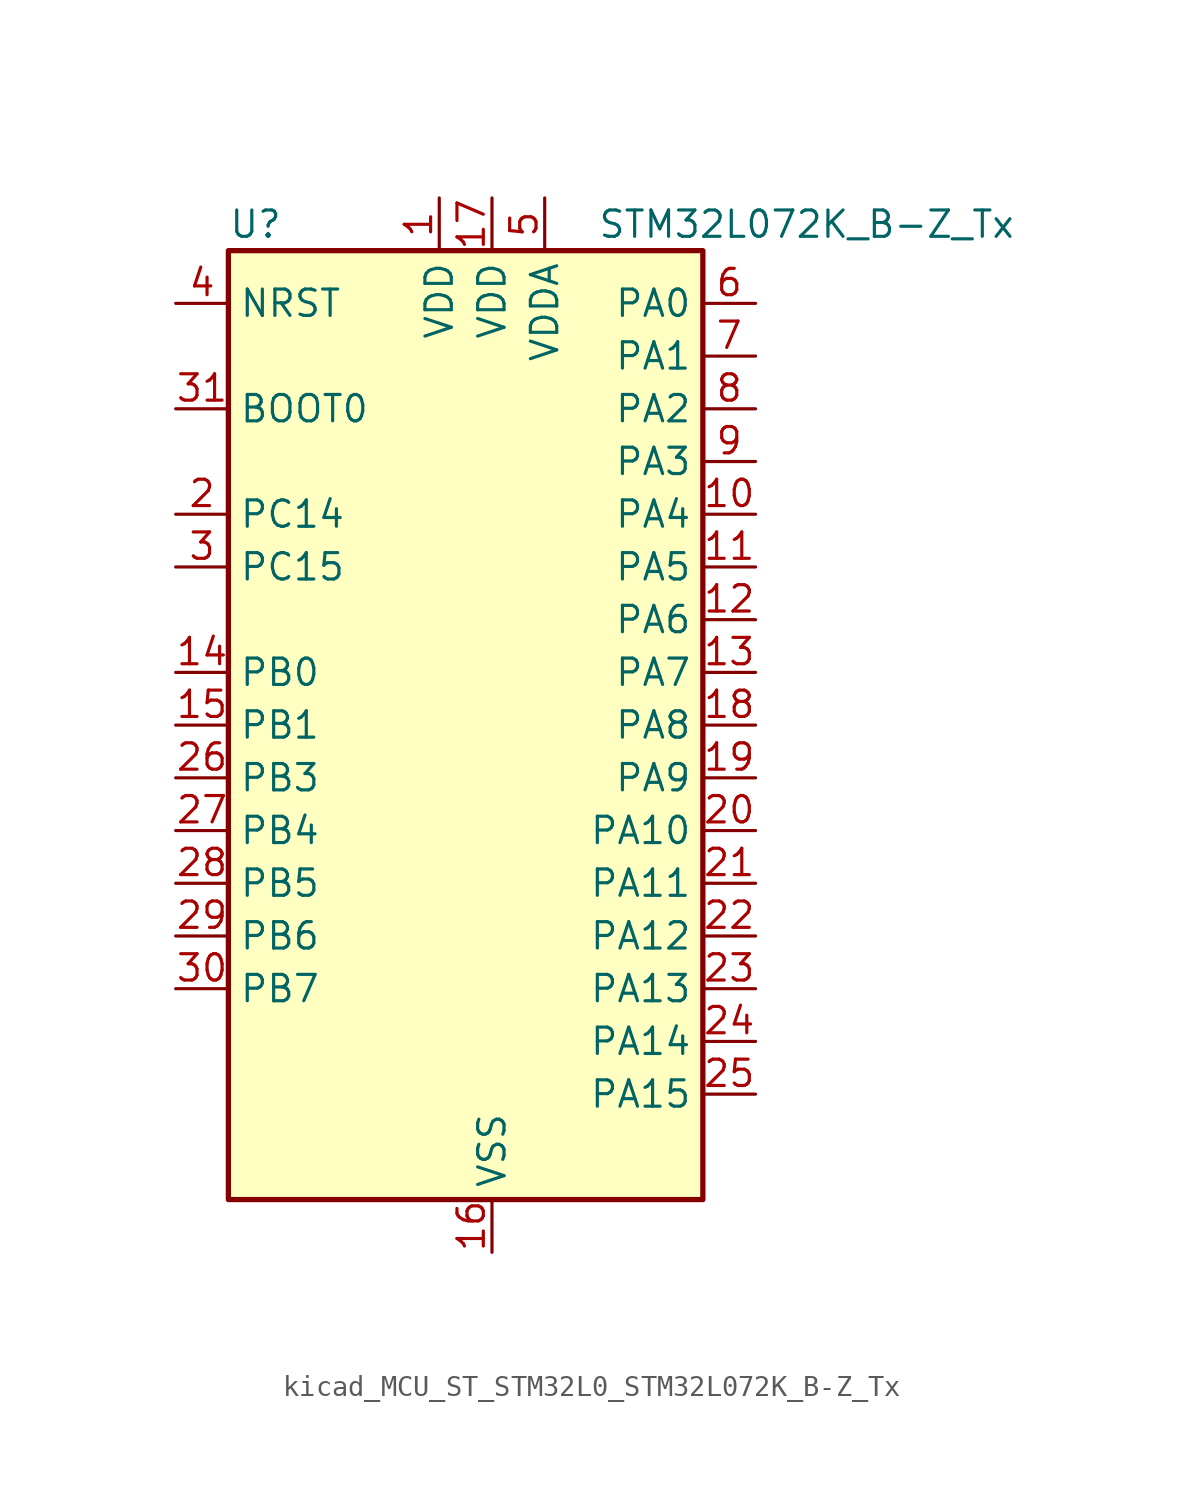
<source format=kicad_sym>
(kicad_symbol_lib
  (version 20220914)
  (generator kicad_symbol_editor)
  (symbol "kicad_MCU_ST_STM32L0_STM32L072K_B-Z_Tx"
    (property "Reference" "U"
      (at -10.16 24.13 0)
      (effects (font (size 1.27 1.27)) (justify left)))
    (property "Value" "STM32L072K_B-Z_Tx"
      (at 7.62 24.13 0)
      (effects (font (size 1.27 1.27)) (justify left)))
    (property "ki_locked" ""
      (at 0 0 0)
      (effects (font (size 1.27 1.27))))
    (symbol "kicad_MCU_ST_STM32L0_STM32L072K_B-Z_Tx_0_1"
      (rectangle (start -10.16 -22.86) (end 12.7 22.86) (stroke (width 0.254) (type default)) (fill (type background))))
    (symbol "kicad_MCU_ST_STM32L0_STM32L072K_B-Z_Tx_1_1"
      (pin power_in line (at 0 25.4 270) (length 2.54) (name "VDD" (effects (font (size 1.27 1.27)))) (number "1" (effects (font (size 1.27 1.27)))))
      (pin bidirectional line (at 15.24 10.16 180) (length 2.54) (name "PA4" (effects (font (size 1.27 1.27)))) (number "10" (effects (font (size 1.27 1.27)))) (alternate "ADC_IN4" bidirectional line) (alternate "COMP1_INM" bidirectional line) (alternate "COMP2_INM" bidirectional line) (alternate "DAC_OUT1" bidirectional line) (alternate "SPI1_NSS" bidirectional line) (alternate "TIM22_ETR" bidirectional line) (alternate "TSC_G2_IO1" bidirectional line) (alternate "USART2_CK" bidirectional line))
      (pin bidirectional line (at 15.24 7.62 180) (length 2.54) (name "PA5" (effects (font (size 1.27 1.27)))) (number "11" (effects (font (size 1.27 1.27)))) (alternate "ADC_IN5" bidirectional line) (alternate "COMP1_INM" bidirectional line) (alternate "COMP2_INM" bidirectional line) (alternate "DAC_OUT2" bidirectional line) (alternate "SPI1_SCK" bidirectional line) (alternate "TIM2_CH1" bidirectional line) (alternate "TIM2_ETR" bidirectional line) (alternate "TSC_G2_IO2" bidirectional line))
      (pin bidirectional line (at 15.24 5.08 180) (length 2.54) (name "PA6" (effects (font (size 1.27 1.27)))) (number "12" (effects (font (size 1.27 1.27)))) (alternate "ADC_IN6" bidirectional line) (alternate "COMP1_OUT" bidirectional line) (alternate "LPUART1_CTS" bidirectional line) (alternate "SPI1_MISO" bidirectional line) (alternate "TIM22_CH1" bidirectional line) (alternate "TIM3_CH1" bidirectional line) (alternate "TSC_G2_IO3" bidirectional line))
      (pin bidirectional line (at 15.24 2.54 180) (length 2.54) (name "PA7" (effects (font (size 1.27 1.27)))) (number "13" (effects (font (size 1.27 1.27)))) (alternate "ADC_IN7" bidirectional line) (alternate "COMP2_OUT" bidirectional line) (alternate "SPI1_MOSI" bidirectional line) (alternate "TIM22_CH2" bidirectional line) (alternate "TIM3_CH2" bidirectional line) (alternate "TSC_G2_IO4" bidirectional line))
      (pin bidirectional line (at -12.7 2.54 0) (length 2.54) (name "PB0" (effects (font (size 1.27 1.27)))) (number "14" (effects (font (size 1.27 1.27)))) (alternate "ADC_IN8" bidirectional line) (alternate "SYS_VREF_OUT_PB0" bidirectional line) (alternate "TIM3_CH3" bidirectional line) (alternate "TSC_G3_IO2" bidirectional line))
      (pin bidirectional line (at -12.7 0 0) (length 2.54) (name "PB1" (effects (font (size 1.27 1.27)))) (number "15" (effects (font (size 1.27 1.27)))) (alternate "ADC_IN9" bidirectional line) (alternate "LPUART1_DE" bidirectional line) (alternate "LPUART1_RTS" bidirectional line) (alternate "SYS_VREF_OUT_PB1" bidirectional line) (alternate "TIM3_CH4" bidirectional line) (alternate "TSC_G3_IO3" bidirectional line))
      (pin power_in line (at 2.54 -25.4 90) (length 2.54) (name "VSS" (effects (font (size 1.27 1.27)))) (number "16" (effects (font (size 1.27 1.27)))))
      (pin power_in line (at 2.54 25.4 270) (length 2.54) (name "VDD" (effects (font (size 1.27 1.27)))) (number "17" (effects (font (size 1.27 1.27)))))
      (pin bidirectional line (at 15.24 0 180) (length 2.54) (name "PA8" (effects (font (size 1.27 1.27)))) (number "18" (effects (font (size 1.27 1.27)))) (alternate "CRS_SYNC" bidirectional line) (alternate "I2C3_SCL" bidirectional line) (alternate "RCC_MCO" bidirectional line) (alternate "USART1_CK" bidirectional line))
      (pin bidirectional line (at 15.24 -2.54 180) (length 2.54) (name "PA9" (effects (font (size 1.27 1.27)))) (number "19" (effects (font (size 1.27 1.27)))) (alternate "DAC_EXTI9" bidirectional line) (alternate "I2C1_SCL" bidirectional line) (alternate "I2C3_SMBA" bidirectional line) (alternate "RCC_MCO" bidirectional line) (alternate "TSC_G4_IO1" bidirectional line) (alternate "USART1_TX" bidirectional line))
      (pin bidirectional line (at -12.7 10.16 0) (length 2.54) (name "PC14" (effects (font (size 1.27 1.27)))) (number "2" (effects (font (size 1.27 1.27)))) (alternate "RCC_OSC32_IN" bidirectional line))
      (pin bidirectional line (at 15.24 -5.08 180) (length 2.54) (name "PA10" (effects (font (size 1.27 1.27)))) (number "20" (effects (font (size 1.27 1.27)))) (alternate "I2C1_SDA" bidirectional line) (alternate "TSC_G4_IO2" bidirectional line) (alternate "USART1_RX" bidirectional line))
      (pin bidirectional line (at 15.24 -7.62 180) (length 2.54) (name "PA11" (effects (font (size 1.27 1.27)))) (number "21" (effects (font (size 1.27 1.27)))) (alternate "ADC_EXTI11" bidirectional line) (alternate "COMP1_OUT" bidirectional line) (alternate "SPI1_MISO" bidirectional line) (alternate "TSC_G4_IO3" bidirectional line) (alternate "USART1_CTS" bidirectional line) (alternate "USB_DM" bidirectional line))
      (pin bidirectional line (at 15.24 -10.16 180) (length 2.54) (name "PA12" (effects (font (size 1.27 1.27)))) (number "22" (effects (font (size 1.27 1.27)))) (alternate "COMP2_OUT" bidirectional line) (alternate "SPI1_MOSI" bidirectional line) (alternate "TSC_G4_IO4" bidirectional line) (alternate "USART1_DE" bidirectional line) (alternate "USART1_RTS" bidirectional line) (alternate "USB_DP" bidirectional line))
      (pin bidirectional line (at 15.24 -12.7 180) (length 2.54) (name "PA13" (effects (font (size 1.27 1.27)))) (number "23" (effects (font (size 1.27 1.27)))) (alternate "LPUART1_RX" bidirectional line) (alternate "SYS_SWDIO" bidirectional line) (alternate "USB_NOE" bidirectional line))
      (pin bidirectional line (at 15.24 -15.24 180) (length 2.54) (name "PA14" (effects (font (size 1.27 1.27)))) (number "24" (effects (font (size 1.27 1.27)))) (alternate "LPUART1_TX" bidirectional line) (alternate "SYS_SWCLK" bidirectional line) (alternate "USART2_TX" bidirectional line))
      (pin bidirectional line (at 15.24 -17.78 180) (length 2.54) (name "PA15" (effects (font (size 1.27 1.27)))) (number "25" (effects (font (size 1.27 1.27)))) (alternate "SPI1_NSS" bidirectional line) (alternate "TIM2_CH1" bidirectional line) (alternate "TIM2_ETR" bidirectional line) (alternate "USART2_RX" bidirectional line) (alternate "USART4_DE" bidirectional line) (alternate "USART4_RTS" bidirectional line))
      (pin bidirectional line (at -12.7 -2.54 0) (length 2.54) (name "PB3" (effects (font (size 1.27 1.27)))) (number "26" (effects (font (size 1.27 1.27)))) (alternate "COMP2_INM" bidirectional line) (alternate "SPI1_SCK" bidirectional line) (alternate "TIM2_CH2" bidirectional line) (alternate "TSC_G5_IO1" bidirectional line) (alternate "USART1_DE" bidirectional line) (alternate "USART1_RTS" bidirectional line) (alternate "USART5_TX" bidirectional line))
      (pin bidirectional line (at -12.7 -5.08 0) (length 2.54) (name "PB4" (effects (font (size 1.27 1.27)))) (number "27" (effects (font (size 1.27 1.27)))) (alternate "COMP2_INP" bidirectional line) (alternate "I2C3_SDA" bidirectional line) (alternate "SPI1_MISO" bidirectional line) (alternate "TIM22_CH1" bidirectional line) (alternate "TIM3_CH1" bidirectional line) (alternate "TSC_G5_IO2" bidirectional line) (alternate "USART1_CTS" bidirectional line) (alternate "USART5_RX" bidirectional line))
      (pin bidirectional line (at -12.7 -7.62 0) (length 2.54) (name "PB5" (effects (font (size 1.27 1.27)))) (number "28" (effects (font (size 1.27 1.27)))) (alternate "COMP2_INP" bidirectional line) (alternate "I2C1_SMBA" bidirectional line) (alternate "LPTIM1_IN1" bidirectional line) (alternate "SPI1_MOSI" bidirectional line) (alternate "TIM22_CH2" bidirectional line) (alternate "TIM3_CH2" bidirectional line) (alternate "USART1_CK" bidirectional line) (alternate "USART5_CK" bidirectional line) (alternate "USART5_DE" bidirectional line) (alternate "USART5_RTS" bidirectional line))
      (pin bidirectional line (at -12.7 -10.16 0) (length 2.54) (name "PB6" (effects (font (size 1.27 1.27)))) (number "29" (effects (font (size 1.27 1.27)))) (alternate "COMP2_INP" bidirectional line) (alternate "I2C1_SCL" bidirectional line) (alternate "LPTIM1_ETR" bidirectional line) (alternate "TSC_G5_IO3" bidirectional line) (alternate "USART1_TX" bidirectional line))
      (pin bidirectional line (at -12.7 7.62 0) (length 2.54) (name "PC15" (effects (font (size 1.27 1.27)))) (number "3" (effects (font (size 1.27 1.27)))) (alternate "RCC_OSC32_OUT" bidirectional line))
      (pin bidirectional line (at -12.7 -12.7 0) (length 2.54) (name "PB7" (effects (font (size 1.27 1.27)))) (number "30" (effects (font (size 1.27 1.27)))) (alternate "COMP2_INP" bidirectional line) (alternate "I2C1_SDA" bidirectional line) (alternate "LPTIM1_IN2" bidirectional line) (alternate "SYS_PVD_IN" bidirectional line) (alternate "TSC_G5_IO4" bidirectional line) (alternate "USART1_RX" bidirectional line) (alternate "USART4_CTS" bidirectional line))
      (pin input line (at -12.7 15.24 0) (length 2.54) (name "BOOT0" (effects (font (size 1.27 1.27)))) (number "31" (effects (font (size 1.27 1.27)))))
      (pin passive line (at 2.54 -25.4 90) (length 2.54) hide (name "VSS" (effects (font (size 1.27 1.27)))) (number "32" (effects (font (size 1.27 1.27)))))
      (pin input line (at -12.7 20.32 0) (length 2.54) (name "NRST" (effects (font (size 1.27 1.27)))) (number "4" (effects (font (size 1.27 1.27)))))
      (pin power_in line (at 5.08 25.4 270) (length 2.54) (name "VDDA" (effects (font (size 1.27 1.27)))) (number "5" (effects (font (size 1.27 1.27)))))
      (pin bidirectional line (at 15.24 20.32 180) (length 2.54) (name "PA0" (effects (font (size 1.27 1.27)))) (number "6" (effects (font (size 1.27 1.27)))) (alternate "ADC_IN0" bidirectional line) (alternate "COMP1_INM" bidirectional line) (alternate "COMP1_OUT" bidirectional line) (alternate "RTC_TAMP2" bidirectional line) (alternate "SYS_WKUP1" bidirectional line) (alternate "TIM2_CH1" bidirectional line) (alternate "TIM2_ETR" bidirectional line) (alternate "TSC_G1_IO1" bidirectional line) (alternate "USART2_CTS" bidirectional line) (alternate "USART4_TX" bidirectional line))
      (pin bidirectional line (at 15.24 17.78 180) (length 2.54) (name "PA1" (effects (font (size 1.27 1.27)))) (number "7" (effects (font (size 1.27 1.27)))) (alternate "ADC_IN1" bidirectional line) (alternate "COMP1_INP" bidirectional line) (alternate "TIM21_ETR" bidirectional line) (alternate "TIM2_CH2" bidirectional line) (alternate "TSC_G1_IO2" bidirectional line) (alternate "USART2_DE" bidirectional line) (alternate "USART2_RTS" bidirectional line) (alternate "USART4_RX" bidirectional line))
      (pin bidirectional line (at 15.24 15.24 180) (length 2.54) (name "PA2" (effects (font (size 1.27 1.27)))) (number "8" (effects (font (size 1.27 1.27)))) (alternate "ADC_IN2" bidirectional line) (alternate "COMP2_INM" bidirectional line) (alternate "COMP2_OUT" bidirectional line) (alternate "LPUART1_TX" bidirectional line) (alternate "TIM21_CH1" bidirectional line) (alternate "TIM2_CH3" bidirectional line) (alternate "TSC_G1_IO3" bidirectional line) (alternate "USART2_TX" bidirectional line))
      (pin bidirectional line (at 15.24 12.7 180) (length 2.54) (name "PA3" (effects (font (size 1.27 1.27)))) (number "9" (effects (font (size 1.27 1.27)))) (alternate "ADC_IN3" bidirectional line) (alternate "COMP2_INP" bidirectional line) (alternate "LPUART1_RX" bidirectional line) (alternate "TIM21_CH2" bidirectional line) (alternate "TIM2_CH4" bidirectional line) (alternate "TSC_G1_IO4" bidirectional line) (alternate "USART2_RX" bidirectional line)))))
</source>
